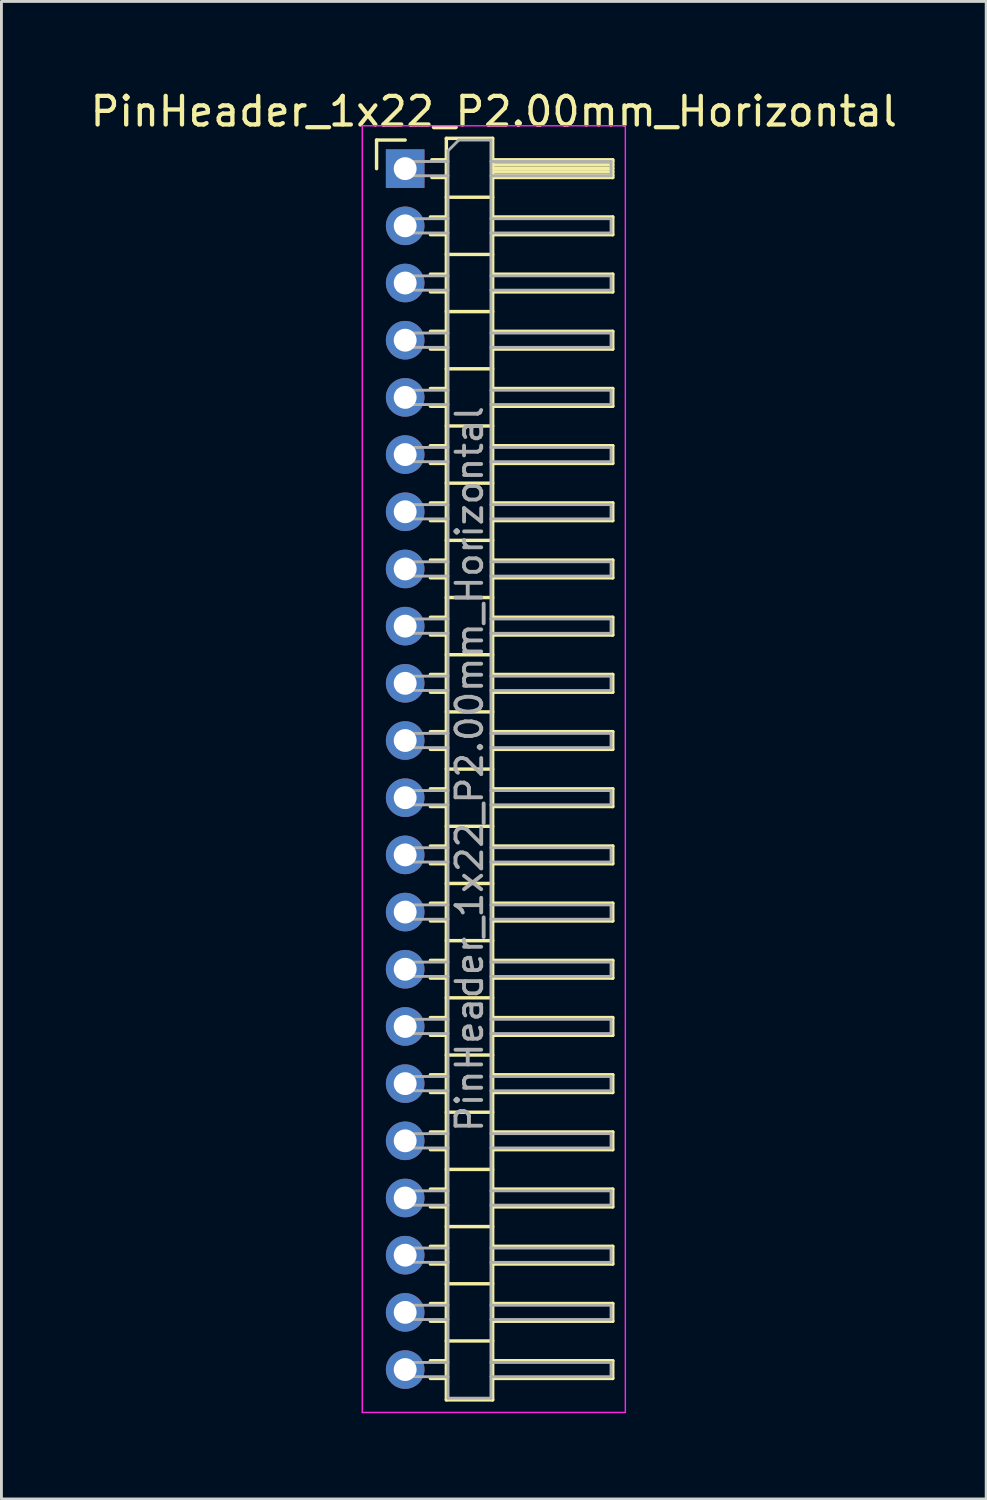
<source format=kicad_pcb>
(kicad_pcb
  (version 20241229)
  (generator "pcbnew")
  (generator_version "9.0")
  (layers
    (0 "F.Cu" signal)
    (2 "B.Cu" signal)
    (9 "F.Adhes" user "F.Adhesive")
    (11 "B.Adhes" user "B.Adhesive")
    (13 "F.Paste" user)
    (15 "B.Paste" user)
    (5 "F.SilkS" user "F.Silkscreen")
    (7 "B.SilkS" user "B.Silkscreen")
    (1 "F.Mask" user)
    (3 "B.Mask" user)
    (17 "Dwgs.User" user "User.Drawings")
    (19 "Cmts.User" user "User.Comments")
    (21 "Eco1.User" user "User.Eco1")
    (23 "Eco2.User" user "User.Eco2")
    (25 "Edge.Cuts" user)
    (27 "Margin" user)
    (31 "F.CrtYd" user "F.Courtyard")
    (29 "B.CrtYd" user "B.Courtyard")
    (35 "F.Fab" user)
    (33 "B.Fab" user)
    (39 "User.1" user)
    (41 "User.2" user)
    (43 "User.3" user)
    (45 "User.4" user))
  (footprint "PinHeader_1x22_P2.00mm_Horizontal"
    (layer "F.Cu")
    (at 11.12 2.848)
    (property "Reference" "PinHeader_1x22_P2.00mm_Horizontal" (at 3.1 -2 0) (layer "F.SilkS") (effects (font (size 1 1) (thickness 0.15))))
    (attr through_hole)
    (fp_line (start -1 -1) (end 0 -1) (stroke (width 0.12) (type solid)) (layer "F.SilkS"))
    (fp_line (start -1 0) (end -1 -1) (stroke (width 0.12) (type solid)) (layer "F.SilkS"))
    (fp_line (start 0.882 1.69) (end 1.44 1.69) (stroke (width 0.12) (type solid)) (layer "F.SilkS"))
    (fp_line (start 0.882 2.31) (end 1.44 2.31) (stroke (width 0.12) (type solid)) (layer "F.SilkS"))
    (fp_line (start 0.882 3.69) (end 1.44 3.69) (stroke (width 0.12) (type solid)) (layer "F.SilkS"))
    (fp_line (start 0.882 4.31) (end 1.44 4.31) (stroke (width 0.12) (type solid)) (layer "F.SilkS"))
    (fp_line (start 0.882 5.69) (end 1.44 5.69) (stroke (width 0.12) (type solid)) (layer "F.SilkS"))
    (fp_line (start 0.882 6.31) (end 1.44 6.31) (stroke (width 0.12) (type solid)) (layer "F.SilkS"))
    (fp_line (start 0.882 7.69) (end 1.44 7.69) (stroke (width 0.12) (type solid)) (layer "F.SilkS"))
    (fp_line (start 0.882 8.31) (end 1.44 8.31) (stroke (width 0.12) (type solid)) (layer "F.SilkS"))
    (fp_line (start 0.882 9.69) (end 1.44 9.69) (stroke (width 0.12) (type solid)) (layer "F.SilkS"))
    (fp_line (start 0.882 10.31) (end 1.44 10.31) (stroke (width 0.12) (type solid)) (layer "F.SilkS"))
    (fp_line (start 0.882 11.69) (end 1.44 11.69) (stroke (width 0.12) (type solid)) (layer "F.SilkS"))
    (fp_line (start 0.882 12.31) (end 1.44 12.31) (stroke (width 0.12) (type solid)) (layer "F.SilkS"))
    (fp_line (start 0.882 13.69) (end 1.44 13.69) (stroke (width 0.12) (type solid)) (layer "F.SilkS"))
    (fp_line (start 0.882 14.31) (end 1.44 14.31) (stroke (width 0.12) (type solid)) (layer "F.SilkS"))
    (fp_line (start 0.882 15.69) (end 1.44 15.69) (stroke (width 0.12) (type solid)) (layer "F.SilkS"))
    (fp_line (start 0.882 16.31) (end 1.44 16.31) (stroke (width 0.12) (type solid)) (layer "F.SilkS"))
    (fp_line (start 0.882 17.69) (end 1.44 17.69) (stroke (width 0.12) (type solid)) (layer "F.SilkS"))
    (fp_line (start 0.882 18.31) (end 1.44 18.31) (stroke (width 0.12) (type solid)) (layer "F.SilkS"))
    (fp_line (start 0.882 19.69) (end 1.44 19.69) (stroke (width 0.12) (type solid)) (layer "F.SilkS"))
    (fp_line (start 0.882 20.31) (end 1.44 20.31) (stroke (width 0.12) (type solid)) (layer "F.SilkS"))
    (fp_line (start 0.882 21.69) (end 1.44 21.69) (stroke (width 0.12) (type solid)) (layer "F.SilkS"))
    (fp_line (start 0.882 22.31) (end 1.44 22.31) (stroke (width 0.12) (type solid)) (layer "F.SilkS"))
    (fp_line (start 0.882 23.69) (end 1.44 23.69) (stroke (width 0.12) (type solid)) (layer "F.SilkS"))
    (fp_line (start 0.882 24.31) (end 1.44 24.31) (stroke (width 0.12) (type solid)) (layer "F.SilkS"))
    (fp_line (start 0.882 25.69) (end 1.44 25.69) (stroke (width 0.12) (type solid)) (layer "F.SilkS"))
    (fp_line (start 0.882 26.31) (end 1.44 26.31) (stroke (width 0.12) (type solid)) (layer "F.SilkS"))
    (fp_line (start 0.882 27.69) (end 1.44 27.69) (stroke (width 0.12) (type solid)) (layer "F.SilkS"))
    (fp_line (start 0.882 28.31) (end 1.44 28.31) (stroke (width 0.12) (type solid)) (layer "F.SilkS"))
    (fp_line (start 0.882 29.69) (end 1.44 29.69) (stroke (width 0.12) (type solid)) (layer "F.SilkS"))
    (fp_line (start 0.882 30.31) (end 1.44 30.31) (stroke (width 0.12) (type solid)) (layer "F.SilkS"))
    (fp_line (start 0.882 31.69) (end 1.44 31.69) (stroke (width 0.12) (type solid)) (layer "F.SilkS"))
    (fp_line (start 0.882 32.31) (end 1.44 32.31) (stroke (width 0.12) (type solid)) (layer "F.SilkS"))
    (fp_line (start 0.882 33.69) (end 1.44 33.69) (stroke (width 0.12) (type solid)) (layer "F.SilkS"))
    (fp_line (start 0.882 34.31) (end 1.44 34.31) (stroke (width 0.12) (type solid)) (layer "F.SilkS"))
    (fp_line (start 0.882 35.69) (end 1.44 35.69) (stroke (width 0.12) (type solid)) (layer "F.SilkS"))
    (fp_line (start 0.882 36.31) (end 1.44 36.31) (stroke (width 0.12) (type solid)) (layer "F.SilkS"))
    (fp_line (start 0.882 37.69) (end 1.44 37.69) (stroke (width 0.12) (type solid)) (layer "F.SilkS"))
    (fp_line (start 0.882 38.31) (end 1.44 38.31) (stroke (width 0.12) (type solid)) (layer "F.SilkS"))
    (fp_line (start 0.882 39.69) (end 1.44 39.69) (stroke (width 0.12) (type solid)) (layer "F.SilkS"))
    (fp_line (start 0.882 40.31) (end 1.44 40.31) (stroke (width 0.12) (type solid)) (layer "F.SilkS"))
    (fp_line (start 0.882 41.69) (end 1.44 41.69) (stroke (width 0.12) (type solid)) (layer "F.SilkS"))
    (fp_line (start 0.882 42.31) (end 1.44 42.31) (stroke (width 0.12) (type solid)) (layer "F.SilkS"))
    (fp_line (start 0.935 -0.31) (end 1.44 -0.31) (stroke (width 0.12) (type solid)) (layer "F.SilkS"))
    (fp_line (start 0.935 0.31) (end 1.44 0.31) (stroke (width 0.12) (type solid)) (layer "F.SilkS"))
    (fp_line (start 1.44 -1.06) (end 1.44 43.06) (stroke (width 0.12) (type solid)) (layer "F.SilkS"))
    (fp_line (start 1.44 1) (end 3.06 1) (stroke (width 0.12) (type solid)) (layer "F.SilkS"))
    (fp_line (start 1.44 3) (end 3.06 3) (stroke (width 0.12) (type solid)) (layer "F.SilkS"))
    (fp_line (start 1.44 5) (end 3.06 5) (stroke (width 0.12) (type solid)) (layer "F.SilkS"))
    (fp_line (start 1.44 7) (end 3.06 7) (stroke (width 0.12) (type solid)) (layer "F.SilkS"))
    (fp_line (start 1.44 9) (end 3.06 9) (stroke (width 0.12) (type solid)) (layer "F.SilkS"))
    (fp_line (start 1.44 11) (end 3.06 11) (stroke (width 0.12) (type solid)) (layer "F.SilkS"))
    (fp_line (start 1.44 13) (end 3.06 13) (stroke (width 0.12) (type solid)) (layer "F.SilkS"))
    (fp_line (start 1.44 15) (end 3.06 15) (stroke (width 0.12) (type solid)) (layer "F.SilkS"))
    (fp_line (start 1.44 17) (end 3.06 17) (stroke (width 0.12) (type solid)) (layer "F.SilkS"))
    (fp_line (start 1.44 19) (end 3.06 19) (stroke (width 0.12) (type solid)) (layer "F.SilkS"))
    (fp_line (start 1.44 21) (end 3.06 21) (stroke (width 0.12) (type solid)) (layer "F.SilkS"))
    (fp_line (start 1.44 23) (end 3.06 23) (stroke (width 0.12) (type solid)) (layer "F.SilkS"))
    (fp_line (start 1.44 25) (end 3.06 25) (stroke (width 0.12) (type solid)) (layer "F.SilkS"))
    (fp_line (start 1.44 27) (end 3.06 27) (stroke (width 0.12) (type solid)) (layer "F.SilkS"))
    (fp_line (start 1.44 29) (end 3.06 29) (stroke (width 0.12) (type solid)) (layer "F.SilkS"))
    (fp_line (start 1.44 31) (end 3.06 31) (stroke (width 0.12) (type solid)) (layer "F.SilkS"))
    (fp_line (start 1.44 33) (end 3.06 33) (stroke (width 0.12) (type solid)) (layer "F.SilkS"))
    (fp_line (start 1.44 35) (end 3.06 35) (stroke (width 0.12) (type solid)) (layer "F.SilkS"))
    (fp_line (start 1.44 37) (end 3.06 37) (stroke (width 0.12) (type solid)) (layer "F.SilkS"))
    (fp_line (start 1.44 39) (end 3.06 39) (stroke (width 0.12) (type solid)) (layer "F.SilkS"))
    (fp_line (start 1.44 41) (end 3.06 41) (stroke (width 0.12) (type solid)) (layer "F.SilkS"))
    (fp_line (start 1.44 43.06) (end 3.06 43.06) (stroke (width 0.12) (type solid)) (layer "F.SilkS"))
    (fp_line (start 3.06 -1.06) (end 1.44 -1.06) (stroke (width 0.12) (type solid)) (layer "F.SilkS"))
    (fp_line (start 3.06 -0.31) (end 7.26 -0.31) (stroke (width 0.12) (type solid)) (layer "F.SilkS"))
    (fp_line (start 3.06 -0.25) (end 7.26 -0.25) (stroke (width 0.12) (type solid)) (layer "F.SilkS"))
    (fp_line (start 3.06 -0.13) (end 7.26 -0.13) (stroke (width 0.12) (type solid)) (layer "F.SilkS"))
    (fp_line (start 3.06 -0.01) (end 7.26 -0.01) (stroke (width 0.12) (type solid)) (layer "F.SilkS"))
    (fp_line (start 3.06 0.11) (end 7.26 0.11) (stroke (width 0.12) (type solid)) (layer "F.SilkS"))
    (fp_line (start 3.06 0.23) (end 7.26 0.23) (stroke (width 0.12) (type solid)) (layer "F.SilkS"))
    (fp_line (start 3.06 1.69) (end 7.26 1.69) (stroke (width 0.12) (type solid)) (layer "F.SilkS"))
    (fp_line (start 3.06 3.69) (end 7.26 3.69) (stroke (width 0.12) (type solid)) (layer "F.SilkS"))
    (fp_line (start 3.06 5.69) (end 7.26 5.69) (stroke (width 0.12) (type solid)) (layer "F.SilkS"))
    (fp_line (start 3.06 7.69) (end 7.26 7.69) (stroke (width 0.12) (type solid)) (layer "F.SilkS"))
    (fp_line (start 3.06 9.69) (end 7.26 9.69) (stroke (width 0.12) (type solid)) (layer "F.SilkS"))
    (fp_line (start 3.06 11.69) (end 7.26 11.69) (stroke (width 0.12) (type solid)) (layer "F.SilkS"))
    (fp_line (start 3.06 13.69) (end 7.26 13.69) (stroke (width 0.12) (type solid)) (layer "F.SilkS"))
    (fp_line (start 3.06 15.69) (end 7.26 15.69) (stroke (width 0.12) (type solid)) (layer "F.SilkS"))
    (fp_line (start 3.06 17.69) (end 7.26 17.69) (stroke (width 0.12) (type solid)) (layer "F.SilkS"))
    (fp_line (start 3.06 19.69) (end 7.26 19.69) (stroke (width 0.12) (type solid)) (layer "F.SilkS"))
    (fp_line (start 3.06 21.69) (end 7.26 21.69) (stroke (width 0.12) (type solid)) (layer "F.SilkS"))
    (fp_line (start 3.06 23.69) (end 7.26 23.69) (stroke (width 0.12) (type solid)) (layer "F.SilkS"))
    (fp_line (start 3.06 25.69) (end 7.26 25.69) (stroke (width 0.12) (type solid)) (layer "F.SilkS"))
    (fp_line (start 3.06 27.69) (end 7.26 27.69) (stroke (width 0.12) (type solid)) (layer "F.SilkS"))
    (fp_line (start 3.06 29.69) (end 7.26 29.69) (stroke (width 0.12) (type solid)) (layer "F.SilkS"))
    (fp_line (start 3.06 31.69) (end 7.26 31.69) (stroke (width 0.12) (type solid)) (layer "F.SilkS"))
    (fp_line (start 3.06 33.69) (end 7.26 33.69) (stroke (width 0.12) (type solid)) (layer "F.SilkS"))
    (fp_line (start 3.06 35.69) (end 7.26 35.69) (stroke (width 0.12) (type solid)) (layer "F.SilkS"))
    (fp_line (start 3.06 37.69) (end 7.26 37.69) (stroke (width 0.12) (type solid)) (layer "F.SilkS"))
    (fp_line (start 3.06 39.69) (end 7.26 39.69) (stroke (width 0.12) (type solid)) (layer "F.SilkS"))
    (fp_line (start 3.06 41.69) (end 7.26 41.69) (stroke (width 0.12) (type solid)) (layer "F.SilkS"))
    (fp_line (start 3.06 43.06) (end 3.06 -1.06) (stroke (width 0.12) (type solid)) (layer "F.SilkS"))
    (fp_line (start 7.26 -0.31) (end 7.26 0.31) (stroke (width 0.12) (type solid)) (layer "F.SilkS"))
    (fp_line (start 7.26 0.31) (end 3.06 0.31) (stroke (width 0.12) (type solid)) (layer "F.SilkS"))
    (fp_line (start 7.26 1.69) (end 7.26 2.31) (stroke (width 0.12) (type solid)) (layer "F.SilkS"))
    (fp_line (start 7.26 2.31) (end 3.06 2.31) (stroke (width 0.12) (type solid)) (layer "F.SilkS"))
    (fp_line (start 7.26 3.69) (end 7.26 4.31) (stroke (width 0.12) (type solid)) (layer "F.SilkS"))
    (fp_line (start 7.26 4.31) (end 3.06 4.31) (stroke (width 0.12) (type solid)) (layer "F.SilkS"))
    (fp_line (start 7.26 5.69) (end 7.26 6.31) (stroke (width 0.12) (type solid)) (layer "F.SilkS"))
    (fp_line (start 7.26 6.31) (end 3.06 6.31) (stroke (width 0.12) (type solid)) (layer "F.SilkS"))
    (fp_line (start 7.26 7.69) (end 7.26 8.31) (stroke (width 0.12) (type solid)) (layer "F.SilkS"))
    (fp_line (start 7.26 8.31) (end 3.06 8.31) (stroke (width 0.12) (type solid)) (layer "F.SilkS"))
    (fp_line (start 7.26 9.69) (end 7.26 10.31) (stroke (width 0.12) (type solid)) (layer "F.SilkS"))
    (fp_line (start 7.26 10.31) (end 3.06 10.31) (stroke (width 0.12) (type solid)) (layer "F.SilkS"))
    (fp_line (start 7.26 11.69) (end 7.26 12.31) (stroke (width 0.12) (type solid)) (layer "F.SilkS"))
    (fp_line (start 7.26 12.31) (end 3.06 12.31) (stroke (width 0.12) (type solid)) (layer "F.SilkS"))
    (fp_line (start 7.26 13.69) (end 7.26 14.31) (stroke (width 0.12) (type solid)) (layer "F.SilkS"))
    (fp_line (start 7.26 14.31) (end 3.06 14.31) (stroke (width 0.12) (type solid)) (layer "F.SilkS"))
    (fp_line (start 7.26 15.69) (end 7.26 16.31) (stroke (width 0.12) (type solid)) (layer "F.SilkS"))
    (fp_line (start 7.26 16.31) (end 3.06 16.31) (stroke (width 0.12) (type solid)) (layer "F.SilkS"))
    (fp_line (start 7.26 17.69) (end 7.26 18.31) (stroke (width 0.12) (type solid)) (layer "F.SilkS"))
    (fp_line (start 7.26 18.31) (end 3.06 18.31) (stroke (width 0.12) (type solid)) (layer "F.SilkS"))
    (fp_line (start 7.26 19.69) (end 7.26 20.31) (stroke (width 0.12) (type solid)) (layer "F.SilkS"))
    (fp_line (start 7.26 20.31) (end 3.06 20.31) (stroke (width 0.12) (type solid)) (layer "F.SilkS"))
    (fp_line (start 7.26 21.69) (end 7.26 22.31) (stroke (width 0.12) (type solid)) (layer "F.SilkS"))
    (fp_line (start 7.26 22.31) (end 3.06 22.31) (stroke (width 0.12) (type solid)) (layer "F.SilkS"))
    (fp_line (start 7.26 23.69) (end 7.26 24.31) (stroke (width 0.12) (type solid)) (layer "F.SilkS"))
    (fp_line (start 7.26 24.31) (end 3.06 24.31) (stroke (width 0.12) (type solid)) (layer "F.SilkS"))
    (fp_line (start 7.26 25.69) (end 7.26 26.31) (stroke (width 0.12) (type solid)) (layer "F.SilkS"))
    (fp_line (start 7.26 26.31) (end 3.06 26.31) (stroke (width 0.12) (type solid)) (layer "F.SilkS"))
    (fp_line (start 7.26 27.69) (end 7.26 28.31) (stroke (width 0.12) (type solid)) (layer "F.SilkS"))
    (fp_line (start 7.26 28.31) (end 3.06 28.31) (stroke (width 0.12) (type solid)) (layer "F.SilkS"))
    (fp_line (start 7.26 29.69) (end 7.26 30.31) (stroke (width 0.12) (type solid)) (layer "F.SilkS"))
    (fp_line (start 7.26 30.31) (end 3.06 30.31) (stroke (width 0.12) (type solid)) (layer "F.SilkS"))
    (fp_line (start 7.26 31.69) (end 7.26 32.31) (stroke (width 0.12) (type solid)) (layer "F.SilkS"))
    (fp_line (start 7.26 32.31) (end 3.06 32.31) (stroke (width 0.12) (type solid)) (layer "F.SilkS"))
    (fp_line (start 7.26 33.69) (end 7.26 34.31) (stroke (width 0.12) (type solid)) (layer "F.SilkS"))
    (fp_line (start 7.26 34.31) (end 3.06 34.31) (stroke (width 0.12) (type solid)) (layer "F.SilkS"))
    (fp_line (start 7.26 35.69) (end 7.26 36.31) (stroke (width 0.12) (type solid)) (layer "F.SilkS"))
    (fp_line (start 7.26 36.31) (end 3.06 36.31) (stroke (width 0.12) (type solid)) (layer "F.SilkS"))
    (fp_line (start 7.26 37.69) (end 7.26 38.31) (stroke (width 0.12) (type solid)) (layer "F.SilkS"))
    (fp_line (start 7.26 38.31) (end 3.06 38.31) (stroke (width 0.12) (type solid)) (layer "F.SilkS"))
    (fp_line (start 7.26 39.69) (end 7.26 40.31) (stroke (width 0.12) (type solid)) (layer "F.SilkS"))
    (fp_line (start 7.26 40.31) (end 3.06 40.31) (stroke (width 0.12) (type solid)) (layer "F.SilkS"))
    (fp_line (start 7.26 41.69) (end 7.26 42.31) (stroke (width 0.12) (type solid)) (layer "F.SilkS"))
    (fp_line (start 7.26 42.31) (end 3.06 42.31) (stroke (width 0.12) (type solid)) (layer "F.SilkS"))
    (fp_line (start -1.5 -1.5) (end -1.5 43.5) (stroke (width 0.05) (type solid)) (layer "F.CrtYd"))
    (fp_line (start -1.5 43.5) (end 7.7 43.5) (stroke (width 0.05) (type solid)) (layer "F.CrtYd"))
    (fp_line (start 7.7 -1.5) (end -1.5 -1.5) (stroke (width 0.05) (type solid)) (layer "F.CrtYd"))
    (fp_line (start 7.7 43.5) (end 7.7 -1.5) (stroke (width 0.05) (type solid)) (layer "F.CrtYd"))
    (fp_line (start -0.25 -0.25) (end -0.25 0.25) (stroke (width 0.1) (type solid)) (layer "F.Fab"))
    (fp_line (start -0.25 -0.25) (end 1.5 -0.25) (stroke (width 0.1) (type solid)) (layer "F.Fab"))
    (fp_line (start -0.25 0.25) (end 1.5 0.25) (stroke (width 0.1) (type solid)) (layer "F.Fab"))
    (fp_line (start -0.25 1.75) (end -0.25 2.25) (stroke (width 0.1) (type solid)) (layer "F.Fab"))
    (fp_line (start -0.25 1.75) (end 1.5 1.75) (stroke (width 0.1) (type solid)) (layer "F.Fab"))
    (fp_line (start -0.25 2.25) (end 1.5 2.25) (stroke (width 0.1) (type solid)) (layer "F.Fab"))
    (fp_line (start -0.25 3.75) (end -0.25 4.25) (stroke (width 0.1) (type solid)) (layer "F.Fab"))
    (fp_line (start -0.25 3.75) (end 1.5 3.75) (stroke (width 0.1) (type solid)) (layer "F.Fab"))
    (fp_line (start -0.25 4.25) (end 1.5 4.25) (stroke (width 0.1) (type solid)) (layer "F.Fab"))
    (fp_line (start -0.25 5.75) (end -0.25 6.25) (stroke (width 0.1) (type solid)) (layer "F.Fab"))
    (fp_line (start -0.25 5.75) (end 1.5 5.75) (stroke (width 0.1) (type solid)) (layer "F.Fab"))
    (fp_line (start -0.25 6.25) (end 1.5 6.25) (stroke (width 0.1) (type solid)) (layer "F.Fab"))
    (fp_line (start -0.25 7.75) (end -0.25 8.25) (stroke (width 0.1) (type solid)) (layer "F.Fab"))
    (fp_line (start -0.25 7.75) (end 1.5 7.75) (stroke (width 0.1) (type solid)) (layer "F.Fab"))
    (fp_line (start -0.25 8.25) (end 1.5 8.25) (stroke (width 0.1) (type solid)) (layer "F.Fab"))
    (fp_line (start -0.25 9.75) (end -0.25 10.25) (stroke (width 0.1) (type solid)) (layer "F.Fab"))
    (fp_line (start -0.25 9.75) (end 1.5 9.75) (stroke (width 0.1) (type solid)) (layer "F.Fab"))
    (fp_line (start -0.25 10.25) (end 1.5 10.25) (stroke (width 0.1) (type solid)) (layer "F.Fab"))
    (fp_line (start -0.25 11.75) (end -0.25 12.25) (stroke (width 0.1) (type solid)) (layer "F.Fab"))
    (fp_line (start -0.25 11.75) (end 1.5 11.75) (stroke (width 0.1) (type solid)) (layer "F.Fab"))
    (fp_line (start -0.25 12.25) (end 1.5 12.25) (stroke (width 0.1) (type solid)) (layer "F.Fab"))
    (fp_line (start -0.25 13.75) (end -0.25 14.25) (stroke (width 0.1) (type solid)) (layer "F.Fab"))
    (fp_line (start -0.25 13.75) (end 1.5 13.75) (stroke (width 0.1) (type solid)) (layer "F.Fab"))
    (fp_line (start -0.25 14.25) (end 1.5 14.25) (stroke (width 0.1) (type solid)) (layer "F.Fab"))
    (fp_line (start -0.25 15.75) (end -0.25 16.25) (stroke (width 0.1) (type solid)) (layer "F.Fab"))
    (fp_line (start -0.25 15.75) (end 1.5 15.75) (stroke (width 0.1) (type solid)) (layer "F.Fab"))
    (fp_line (start -0.25 16.25) (end 1.5 16.25) (stroke (width 0.1) (type solid)) (layer "F.Fab"))
    (fp_line (start -0.25 17.75) (end -0.25 18.25) (stroke (width 0.1) (type solid)) (layer "F.Fab"))
    (fp_line (start -0.25 17.75) (end 1.5 17.75) (stroke (width 0.1) (type solid)) (layer "F.Fab"))
    (fp_line (start -0.25 18.25) (end 1.5 18.25) (stroke (width 0.1) (type solid)) (layer "F.Fab"))
    (fp_line (start -0.25 19.75) (end -0.25 20.25) (stroke (width 0.1) (type solid)) (layer "F.Fab"))
    (fp_line (start -0.25 19.75) (end 1.5 19.75) (stroke (width 0.1) (type solid)) (layer "F.Fab"))
    (fp_line (start -0.25 20.25) (end 1.5 20.25) (stroke (width 0.1) (type solid)) (layer "F.Fab"))
    (fp_line (start -0.25 21.75) (end -0.25 22.25) (stroke (width 0.1) (type solid)) (layer "F.Fab"))
    (fp_line (start -0.25 21.75) (end 1.5 21.75) (stroke (width 0.1) (type solid)) (layer "F.Fab"))
    (fp_line (start -0.25 22.25) (end 1.5 22.25) (stroke (width 0.1) (type solid)) (layer "F.Fab"))
    (fp_line (start -0.25 23.75) (end -0.25 24.25) (stroke (width 0.1) (type solid)) (layer "F.Fab"))
    (fp_line (start -0.25 23.75) (end 1.5 23.75) (stroke (width 0.1) (type solid)) (layer "F.Fab"))
    (fp_line (start -0.25 24.25) (end 1.5 24.25) (stroke (width 0.1) (type solid)) (layer "F.Fab"))
    (fp_line (start -0.25 25.75) (end -0.25 26.25) (stroke (width 0.1) (type solid)) (layer "F.Fab"))
    (fp_line (start -0.25 25.75) (end 1.5 25.75) (stroke (width 0.1) (type solid)) (layer "F.Fab"))
    (fp_line (start -0.25 26.25) (end 1.5 26.25) (stroke (width 0.1) (type solid)) (layer "F.Fab"))
    (fp_line (start -0.25 27.75) (end -0.25 28.25) (stroke (width 0.1) (type solid)) (layer "F.Fab"))
    (fp_line (start -0.25 27.75) (end 1.5 27.75) (stroke (width 0.1) (type solid)) (layer "F.Fab"))
    (fp_line (start -0.25 28.25) (end 1.5 28.25) (stroke (width 0.1) (type solid)) (layer "F.Fab"))
    (fp_line (start -0.25 29.75) (end -0.25 30.25) (stroke (width 0.1) (type solid)) (layer "F.Fab"))
    (fp_line (start -0.25 29.75) (end 1.5 29.75) (stroke (width 0.1) (type solid)) (layer "F.Fab"))
    (fp_line (start -0.25 30.25) (end 1.5 30.25) (stroke (width 0.1) (type solid)) (layer "F.Fab"))
    (fp_line (start -0.25 31.75) (end -0.25 32.25) (stroke (width 0.1) (type solid)) (layer "F.Fab"))
    (fp_line (start -0.25 31.75) (end 1.5 31.75) (stroke (width 0.1) (type solid)) (layer "F.Fab"))
    (fp_line (start -0.25 32.25) (end 1.5 32.25) (stroke (width 0.1) (type solid)) (layer "F.Fab"))
    (fp_line (start -0.25 33.75) (end -0.25 34.25) (stroke (width 0.1) (type solid)) (layer "F.Fab"))
    (fp_line (start -0.25 33.75) (end 1.5 33.75) (stroke (width 0.1) (type solid)) (layer "F.Fab"))
    (fp_line (start -0.25 34.25) (end 1.5 34.25) (stroke (width 0.1) (type solid)) (layer "F.Fab"))
    (fp_line (start -0.25 35.75) (end -0.25 36.25) (stroke (width 0.1) (type solid)) (layer "F.Fab"))
    (fp_line (start -0.25 35.75) (end 1.5 35.75) (stroke (width 0.1) (type solid)) (layer "F.Fab"))
    (fp_line (start -0.25 36.25) (end 1.5 36.25) (stroke (width 0.1) (type solid)) (layer "F.Fab"))
    (fp_line (start -0.25 37.75) (end -0.25 38.25) (stroke (width 0.1) (type solid)) (layer "F.Fab"))
    (fp_line (start -0.25 37.75) (end 1.5 37.75) (stroke (width 0.1) (type solid)) (layer "F.Fab"))
    (fp_line (start -0.25 38.25) (end 1.5 38.25) (stroke (width 0.1) (type solid)) (layer "F.Fab"))
    (fp_line (start -0.25 39.75) (end -0.25 40.25) (stroke (width 0.1) (type solid)) (layer "F.Fab"))
    (fp_line (start -0.25 39.75) (end 1.5 39.75) (stroke (width 0.1) (type solid)) (layer "F.Fab"))
    (fp_line (start -0.25 40.25) (end 1.5 40.25) (stroke (width 0.1) (type solid)) (layer "F.Fab"))
    (fp_line (start -0.25 41.75) (end -0.25 42.25) (stroke (width 0.1) (type solid)) (layer "F.Fab"))
    (fp_line (start -0.25 41.75) (end 1.5 41.75) (stroke (width 0.1) (type solid)) (layer "F.Fab"))
    (fp_line (start -0.25 42.25) (end 1.5 42.25) (stroke (width 0.1) (type solid)) (layer "F.Fab"))
    (fp_line (start 1.5 -0.625) (end 1.875 -1) (stroke (width 0.1) (type solid)) (layer "F.Fab"))
    (fp_line (start 1.5 43) (end 1.5 -0.625) (stroke (width 0.1) (type solid)) (layer "F.Fab"))
    (fp_line (start 1.875 -1) (end 3 -1) (stroke (width 0.1) (type solid)) (layer "F.Fab"))
    (fp_line (start 3 -1) (end 3 43) (stroke (width 0.1) (type solid)) (layer "F.Fab"))
    (fp_line (start 3 -0.25) (end 7.2 -0.25) (stroke (width 0.1) (type solid)) (layer "F.Fab"))
    (fp_line (start 3 0.25) (end 7.2 0.25) (stroke (width 0.1) (type solid)) (layer "F.Fab"))
    (fp_line (start 3 1.75) (end 7.2 1.75) (stroke (width 0.1) (type solid)) (layer "F.Fab"))
    (fp_line (start 3 2.25) (end 7.2 2.25) (stroke (width 0.1) (type solid)) (layer "F.Fab"))
    (fp_line (start 3 3.75) (end 7.2 3.75) (stroke (width 0.1) (type solid)) (layer "F.Fab"))
    (fp_line (start 3 4.25) (end 7.2 4.25) (stroke (width 0.1) (type solid)) (layer "F.Fab"))
    (fp_line (start 3 5.75) (end 7.2 5.75) (stroke (width 0.1) (type solid)) (layer "F.Fab"))
    (fp_line (start 3 6.25) (end 7.2 6.25) (stroke (width 0.1) (type solid)) (layer "F.Fab"))
    (fp_line (start 3 7.75) (end 7.2 7.75) (stroke (width 0.1) (type solid)) (layer "F.Fab"))
    (fp_line (start 3 8.25) (end 7.2 8.25) (stroke (width 0.1) (type solid)) (layer "F.Fab"))
    (fp_line (start 3 9.75) (end 7.2 9.75) (stroke (width 0.1) (type solid)) (layer "F.Fab"))
    (fp_line (start 3 10.25) (end 7.2 10.25) (stroke (width 0.1) (type solid)) (layer "F.Fab"))
    (fp_line (start 3 11.75) (end 7.2 11.75) (stroke (width 0.1) (type solid)) (layer "F.Fab"))
    (fp_line (start 3 12.25) (end 7.2 12.25) (stroke (width 0.1) (type solid)) (layer "F.Fab"))
    (fp_line (start 3 13.75) (end 7.2 13.75) (stroke (width 0.1) (type solid)) (layer "F.Fab"))
    (fp_line (start 3 14.25) (end 7.2 14.25) (stroke (width 0.1) (type solid)) (layer "F.Fab"))
    (fp_line (start 3 15.75) (end 7.2 15.75) (stroke (width 0.1) (type solid)) (layer "F.Fab"))
    (fp_line (start 3 16.25) (end 7.2 16.25) (stroke (width 0.1) (type solid)) (layer "F.Fab"))
    (fp_line (start 3 17.75) (end 7.2 17.75) (stroke (width 0.1) (type solid)) (layer "F.Fab"))
    (fp_line (start 3 18.25) (end 7.2 18.25) (stroke (width 0.1) (type solid)) (layer "F.Fab"))
    (fp_line (start 3 19.75) (end 7.2 19.75) (stroke (width 0.1) (type solid)) (layer "F.Fab"))
    (fp_line (start 3 20.25) (end 7.2 20.25) (stroke (width 0.1) (type solid)) (layer "F.Fab"))
    (fp_line (start 3 21.75) (end 7.2 21.75) (stroke (width 0.1) (type solid)) (layer "F.Fab"))
    (fp_line (start 3 22.25) (end 7.2 22.25) (stroke (width 0.1) (type solid)) (layer "F.Fab"))
    (fp_line (start 3 23.75) (end 7.2 23.75) (stroke (width 0.1) (type solid)) (layer "F.Fab"))
    (fp_line (start 3 24.25) (end 7.2 24.25) (stroke (width 0.1) (type solid)) (layer "F.Fab"))
    (fp_line (start 3 25.75) (end 7.2 25.75) (stroke (width 0.1) (type solid)) (layer "F.Fab"))
    (fp_line (start 3 26.25) (end 7.2 26.25) (stroke (width 0.1) (type solid)) (layer "F.Fab"))
    (fp_line (start 3 27.75) (end 7.2 27.75) (stroke (width 0.1) (type solid)) (layer "F.Fab"))
    (fp_line (start 3 28.25) (end 7.2 28.25) (stroke (width 0.1) (type solid)) (layer "F.Fab"))
    (fp_line (start 3 29.75) (end 7.2 29.75) (stroke (width 0.1) (type solid)) (layer "F.Fab"))
    (fp_line (start 3 30.25) (end 7.2 30.25) (stroke (width 0.1) (type solid)) (layer "F.Fab"))
    (fp_line (start 3 31.75) (end 7.2 31.75) (stroke (width 0.1) (type solid)) (layer "F.Fab"))
    (fp_line (start 3 32.25) (end 7.2 32.25) (stroke (width 0.1) (type solid)) (layer "F.Fab"))
    (fp_line (start 3 33.75) (end 7.2 33.75) (stroke (width 0.1) (type solid)) (layer "F.Fab"))
    (fp_line (start 3 34.25) (end 7.2 34.25) (stroke (width 0.1) (type solid)) (layer "F.Fab"))
    (fp_line (start 3 35.75) (end 7.2 35.75) (stroke (width 0.1) (type solid)) (layer "F.Fab"))
    (fp_line (start 3 36.25) (end 7.2 36.25) (stroke (width 0.1) (type solid)) (layer "F.Fab"))
    (fp_line (start 3 37.75) (end 7.2 37.75) (stroke (width 0.1) (type solid)) (layer "F.Fab"))
    (fp_line (start 3 38.25) (end 7.2 38.25) (stroke (width 0.1) (type solid)) (layer "F.Fab"))
    (fp_line (start 3 39.75) (end 7.2 39.75) (stroke (width 0.1) (type solid)) (layer "F.Fab"))
    (fp_line (start 3 40.25) (end 7.2 40.25) (stroke (width 0.1) (type solid)) (layer "F.Fab"))
    (fp_line (start 3 41.75) (end 7.2 41.75) (stroke (width 0.1) (type solid)) (layer "F.Fab"))
    (fp_line (start 3 42.25) (end 7.2 42.25) (stroke (width 0.1) (type solid)) (layer "F.Fab"))
    (fp_line (start 3 43) (end 1.5 43) (stroke (width 0.1) (type solid)) (layer "F.Fab"))
    (fp_line (start 7.2 -0.25) (end 7.2 0.25) (stroke (width 0.1) (type solid)) (layer "F.Fab"))
    (fp_line (start 7.2 1.75) (end 7.2 2.25) (stroke (width 0.1) (type solid)) (layer "F.Fab"))
    (fp_line (start 7.2 3.75) (end 7.2 4.25) (stroke (width 0.1) (type solid)) (layer "F.Fab"))
    (fp_line (start 7.2 5.75) (end 7.2 6.25) (stroke (width 0.1) (type solid)) (layer "F.Fab"))
    (fp_line (start 7.2 7.75) (end 7.2 8.25) (stroke (width 0.1) (type solid)) (layer "F.Fab"))
    (fp_line (start 7.2 9.75) (end 7.2 10.25) (stroke (width 0.1) (type solid)) (layer "F.Fab"))
    (fp_line (start 7.2 11.75) (end 7.2 12.25) (stroke (width 0.1) (type solid)) (layer "F.Fab"))
    (fp_line (start 7.2 13.75) (end 7.2 14.25) (stroke (width 0.1) (type solid)) (layer "F.Fab"))
    (fp_line (start 7.2 15.75) (end 7.2 16.25) (stroke (width 0.1) (type solid)) (layer "F.Fab"))
    (fp_line (start 7.2 17.75) (end 7.2 18.25) (stroke (width 0.1) (type solid)) (layer "F.Fab"))
    (fp_line (start 7.2 19.75) (end 7.2 20.25) (stroke (width 0.1) (type solid)) (layer "F.Fab"))
    (fp_line (start 7.2 21.75) (end 7.2 22.25) (stroke (width 0.1) (type solid)) (layer "F.Fab"))
    (fp_line (start 7.2 23.75) (end 7.2 24.25) (stroke (width 0.1) (type solid)) (layer "F.Fab"))
    (fp_line (start 7.2 25.75) (end 7.2 26.25) (stroke (width 0.1) (type solid)) (layer "F.Fab"))
    (fp_line (start 7.2 27.75) (end 7.2 28.25) (stroke (width 0.1) (type solid)) (layer "F.Fab"))
    (fp_line (start 7.2 29.75) (end 7.2 30.25) (stroke (width 0.1) (type solid)) (layer "F.Fab"))
    (fp_line (start 7.2 31.75) (end 7.2 32.25) (stroke (width 0.1) (type solid)) (layer "F.Fab"))
    (fp_line (start 7.2 33.75) (end 7.2 34.25) (stroke (width 0.1) (type solid)) (layer "F.Fab"))
    (fp_line (start 7.2 35.75) (end 7.2 36.25) (stroke (width 0.1) (type solid)) (layer "F.Fab"))
    (fp_line (start 7.2 37.75) (end 7.2 38.25) (stroke (width 0.1) (type solid)) (layer "F.Fab"))
    (fp_line (start 7.2 39.75) (end 7.2 40.25) (stroke (width 0.1) (type solid)) (layer "F.Fab"))
    (fp_line (start 7.2 41.75) (end 7.2 42.25) (stroke (width 0.1) (type solid)) (layer "F.Fab"))
    (fp_text user "${REFERENCE}" (at 2.25 21 90) (layer "F.Fab") (effects (font (size 0.9 0.9) (thickness 0.135))))
    (pad "1" thru_hole rect (at 0 0) (size 1.35 1.35) (drill 0.8) (layers "*.Cu" "*.Mask"))
    (pad "2" thru_hole oval (at 0 2) (size 1.35 1.35) (drill 0.8) (layers "*.Cu" "*.Mask"))
    (pad "3" thru_hole oval (at 0 4) (size 1.35 1.35) (drill 0.8) (layers "*.Cu" "*.Mask"))
    (pad "4" thru_hole oval (at 0 6) (size 1.35 1.35) (drill 0.8) (layers "*.Cu" "*.Mask"))
    (pad "5" thru_hole oval (at 0 8) (size 1.35 1.35) (drill 0.8) (layers "*.Cu" "*.Mask"))
    (pad "6" thru_hole oval (at 0 10) (size 1.35 1.35) (drill 0.8) (layers "*.Cu" "*.Mask"))
    (pad "7" thru_hole oval (at 0 12) (size 1.35 1.35) (drill 0.8) (layers "*.Cu" "*.Mask"))
    (pad "8" thru_hole oval (at 0 14) (size 1.35 1.35) (drill 0.8) (layers "*.Cu" "*.Mask"))
    (pad "9" thru_hole oval (at 0 16) (size 1.35 1.35) (drill 0.8) (layers "*.Cu" "*.Mask"))
    (pad "10" thru_hole oval (at 0 18) (size 1.35 1.35) (drill 0.8) (layers "*.Cu" "*.Mask"))
    (pad "11" thru_hole oval (at 0 20) (size 1.35 1.35) (drill 0.8) (layers "*.Cu" "*.Mask"))
    (pad "12" thru_hole oval (at 0 22) (size 1.35 1.35) (drill 0.8) (layers "*.Cu" "*.Mask"))
    (pad "13" thru_hole oval (at 0 24) (size 1.35 1.35) (drill 0.8) (layers "*.Cu" "*.Mask"))
    (pad "14" thru_hole oval (at 0 26) (size 1.35 1.35) (drill 0.8) (layers "*.Cu" "*.Mask"))
    (pad "15" thru_hole oval (at 0 28) (size 1.35 1.35) (drill 0.8) (layers "*.Cu" "*.Mask"))
    (pad "16" thru_hole oval (at 0 30) (size 1.35 1.35) (drill 0.8) (layers "*.Cu" "*.Mask"))
    (pad "17" thru_hole oval (at 0 32) (size 1.35 1.35) (drill 0.8) (layers "*.Cu" "*.Mask"))
    (pad "18" thru_hole oval (at 0 34) (size 1.35 1.35) (drill 0.8) (layers "*.Cu" "*.Mask"))
    (pad "19" thru_hole oval (at 0 36) (size 1.35 1.35) (drill 0.8) (layers "*.Cu" "*.Mask"))
    (pad "20" thru_hole oval (at 0 38) (size 1.35 1.35) (drill 0.8) (layers "*.Cu" "*.Mask"))
    (pad "21" thru_hole oval (at 0 40) (size 1.35 1.35) (drill 0.8) (layers "*.Cu" "*.Mask"))
    (pad "22" thru_hole oval (at 0 42) (size 1.35 1.35) (drill 0.8) (layers "*.Cu" "*.Mask")))
  (gr_rect
    (start -3 -3)
    (end 31.44 49.373)
    (stroke (width 0.1) (type default))
    (fill no)
    (layer "Edge.Cuts")))
</source>
